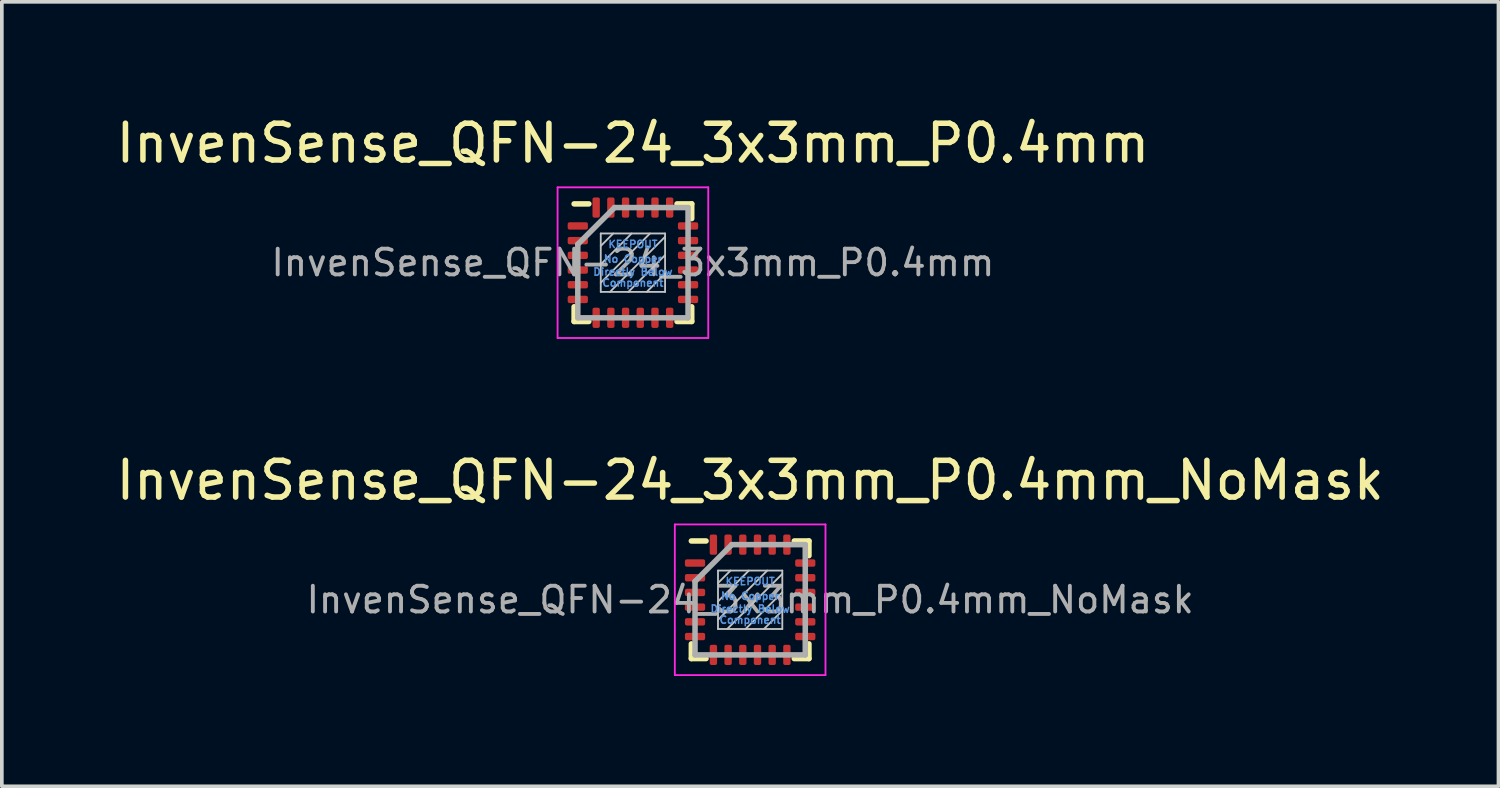
<source format=kicad_pcb>
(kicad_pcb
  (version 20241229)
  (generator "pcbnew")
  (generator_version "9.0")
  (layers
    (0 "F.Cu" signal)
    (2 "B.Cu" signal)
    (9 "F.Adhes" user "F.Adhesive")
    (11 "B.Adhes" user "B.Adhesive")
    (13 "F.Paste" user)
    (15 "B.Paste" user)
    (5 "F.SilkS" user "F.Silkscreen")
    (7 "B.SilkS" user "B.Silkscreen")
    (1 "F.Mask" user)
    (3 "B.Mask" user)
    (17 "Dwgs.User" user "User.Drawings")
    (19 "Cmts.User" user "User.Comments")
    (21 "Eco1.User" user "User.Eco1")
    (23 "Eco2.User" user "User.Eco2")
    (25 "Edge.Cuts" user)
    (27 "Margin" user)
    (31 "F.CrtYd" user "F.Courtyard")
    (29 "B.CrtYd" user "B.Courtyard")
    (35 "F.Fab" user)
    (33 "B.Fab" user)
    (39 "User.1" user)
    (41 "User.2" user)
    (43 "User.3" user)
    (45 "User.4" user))
  (footprint "InvenSense_QFN-24_3x3mm_P0.4mm_NoMask"
    (layer "F.Cu")
    (at 17.363 13.271)
    (property "Reference" "InvenSense_QFN-24_3x3mm_P0.4mm_NoMask" (at 0 -3.25 0) (layer "F.SilkS") (effects (font (size 1 1) (thickness 0.15))))
    (attr smd)
    (fp_line (start -1.6 -1.6) (end -1.2 -1.6) (stroke (width 0.15) (type solid)) (layer "F.SilkS"))
    (fp_line (start -1.6 1.6) (end -1.6 1.2) (stroke (width 0.15) (type solid)) (layer "F.SilkS"))
    (fp_line (start -1.6 1.6) (end -1.2 1.6) (stroke (width 0.15) (type solid)) (layer "F.SilkS"))
    (fp_line (start 1.6 -1.6) (end 1.2 -1.6) (stroke (width 0.15) (type solid)) (layer "F.SilkS"))
    (fp_line (start 1.6 -1.6) (end 1.6 -1.2) (stroke (width 0.15) (type solid)) (layer "F.SilkS"))
    (fp_line (start 1.6 1.6) (end 1.2 1.6) (stroke (width 0.15) (type solid)) (layer "F.SilkS"))
    (fp_line (start 1.6 1.6) (end 1.6 1.2) (stroke (width 0.15) (type solid)) (layer "F.SilkS"))
    (fp_line (start -0.875 -0.795) (end -0.875 0.795) (stroke (width 0.05) (type solid)) (layer "Dwgs.User"))
    (fp_line (start -0.875 -0.795) (end 0.875 -0.795) (stroke (width 0.05) (type solid)) (layer "Dwgs.User"))
    (fp_line (start -0.875 0.795) (end 0.875 0.795) (stroke (width 0.05) (type solid)) (layer "Dwgs.User"))
    (fp_line (start -0.535 -0.795) (end -0.875 -0.455) (stroke (width 0.05) (type solid)) (layer "Dwgs.User"))
    (fp_line (start -0.035 -0.795) (end -0.875 0.045) (stroke (width 0.05) (type solid)) (layer "Dwgs.User"))
    (fp_line (start 0.465 -0.795) (end -0.875 0.545) (stroke (width 0.05) (type solid)) (layer "Dwgs.User"))
    (fp_line (start 0.875 -0.795) (end 0.875 0.795) (stroke (width 0.05) (type solid)) (layer "Dwgs.User"))
    (fp_line (start 0.875 -0.705) (end -0.625 0.795) (stroke (width 0.05) (type solid)) (layer "Dwgs.User"))
    (fp_line (start 0.875 -0.205) (end -0.125 0.795) (stroke (width 0.05) (type solid)) (layer "Dwgs.User"))
    (fp_line (start 0.875 0.295) (end 0.375 0.795) (stroke (width 0.05) (type solid)) (layer "Dwgs.User"))
    (fp_line (start -2.05 -2.05) (end 2.05 -2.05) (stroke (width 0.05) (type solid)) (layer "F.CrtYd"))
    (fp_line (start -2.05 2.05) (end -2.05 -2.05) (stroke (width 0.05) (type solid)) (layer "F.CrtYd"))
    (fp_line (start 2.05 -2.05) (end 2.05 2.05) (stroke (width 0.05) (type solid)) (layer "F.CrtYd"))
    (fp_line (start 2.05 2.05) (end -2.05 2.05) (stroke (width 0.05) (type solid)) (layer "F.CrtYd"))
    (fp_line (start -1.5 -0.5) (end -0.5 -1.5) (stroke (width 0.15) (type solid)) (layer "F.Fab"))
    (fp_line (start -1.5 1.5) (end -1.5 -0.5) (stroke (width 0.15) (type solid)) (layer "F.Fab"))
    (fp_line (start -0.5 -1.5) (end 1.5 -1.5) (stroke (width 0.15) (type solid)) (layer "F.Fab"))
    (fp_line (start 1.5 -1.5) (end 1.5 1.5) (stroke (width 0.15) (type solid)) (layer "F.Fab"))
    (fp_line (start 1.5 1.5) (end -1.5 1.5) (stroke (width 0.15) (type solid)) (layer "F.Fab"))
    (fp_text user "Component" (at 0 0.55 0) (layer "Cmts.User") (effects (font (size 0.2 0.2) (thickness 0.04))))
    (fp_text user "Directly Below" (at 0 0.25 0) (layer "Cmts.User") (effects (font (size 0.2 0.2) (thickness 0.04))))
    (fp_text user "No Copper" (at 0 -0.1 0) (layer "Cmts.User") (effects (font (size 0.2 0.2) (thickness 0.04))))
    (fp_text user "KEEPOUT" (at 0 -0.5 0) (layer "Cmts.User") (effects (font (size 0.2 0.2) (thickness 0.04))))
    (fp_text user "${REFERENCE}" (at 0 0 0) (layer "F.Fab") (effects (font (size 0.7 0.7) (thickness 0.105))))
    (pad "" smd roundrect (at 0 0) (size 1.75 1.59) (layers "F.Mask") (roundrect_rratio 0.15))
    (pad "1" smd roundrect (at -1.5 -1) (size 0.55 0.2) (layers "F.Cu" "F.Mask" "F.Paste") (roundrect_rratio 0.25))
    (pad "2" smd roundrect (at -1.5 -0.6) (size 0.55 0.2) (layers "F.Cu" "F.Mask" "F.Paste") (roundrect_rratio 0.25))
    (pad "3" smd roundrect (at -1.5 -0.2) (size 0.55 0.2) (layers "F.Cu" "F.Mask" "F.Paste") (roundrect_rratio 0.25))
    (pad "4" smd roundrect (at -1.5 0.2) (size 0.55 0.2) (layers "F.Cu" "F.Mask" "F.Paste") (roundrect_rratio 0.25))
    (pad "5" smd roundrect (at -1.5 0.6) (size 0.55 0.2) (layers "F.Cu" "F.Mask" "F.Paste") (roundrect_rratio 0.25))
    (pad "6" smd roundrect (at -1.5 1) (size 0.55 0.2) (layers "F.Cu" "F.Mask" "F.Paste") (roundrect_rratio 0.25))
    (pad "7" smd roundrect (at -1 1.5 90) (size 0.55 0.2) (layers "F.Cu" "F.Mask" "F.Paste") (roundrect_rratio 0.25))
    (pad "8" smd roundrect (at -0.6 1.5 90) (size 0.55 0.2) (layers "F.Cu" "F.Mask" "F.Paste") (roundrect_rratio 0.25))
    (pad "9" smd roundrect (at -0.2 1.5 90) (size 0.55 0.2) (layers "F.Cu" "F.Mask" "F.Paste") (roundrect_rratio 0.25))
    (pad "10" smd roundrect (at 0.2 1.5 90) (size 0.55 0.2) (layers "F.Cu" "F.Mask" "F.Paste") (roundrect_rratio 0.25))
    (pad "11" smd roundrect (at 0.6 1.5 90) (size 0.55 0.2) (layers "F.Cu" "F.Mask" "F.Paste") (roundrect_rratio 0.25))
    (pad "12" smd roundrect (at 1 1.5 90) (size 0.55 0.2) (layers "F.Cu" "F.Mask" "F.Paste") (roundrect_rratio 0.25))
    (pad "13" smd roundrect (at 1.5 1) (size 0.55 0.2) (layers "F.Cu" "F.Mask" "F.Paste") (roundrect_rratio 0.25))
    (pad "14" smd roundrect (at 1.5 0.6) (size 0.55 0.2) (layers "F.Cu" "F.Mask" "F.Paste") (roundrect_rratio 0.25))
    (pad "15" smd roundrect (at 1.5 0.2) (size 0.55 0.2) (layers "F.Cu" "F.Mask" "F.Paste") (roundrect_rratio 0.25))
    (pad "16" smd roundrect (at 1.5 -0.2) (size 0.55 0.2) (layers "F.Cu" "F.Mask" "F.Paste") (roundrect_rratio 0.25))
    (pad "17" smd roundrect (at 1.5 -0.6) (size 0.55 0.2) (layers "F.Cu" "F.Mask" "F.Paste") (roundrect_rratio 0.25))
    (pad "18" smd roundrect (at 1.5 -1) (size 0.55 0.2) (layers "F.Cu" "F.Mask" "F.Paste") (roundrect_rratio 0.25))
    (pad "19" smd roundrect (at 1 -1.5 90) (size 0.55 0.2) (layers "F.Cu" "F.Mask" "F.Paste") (roundrect_rratio 0.25))
    (pad "20" smd roundrect (at 0.6 -1.5 90) (size 0.55 0.2) (layers "F.Cu" "F.Mask" "F.Paste") (roundrect_rratio 0.25))
    (pad "21" smd roundrect (at 0.2 -1.5 90) (size 0.55 0.2) (layers "F.Cu" "F.Mask" "F.Paste") (roundrect_rratio 0.25))
    (pad "22" smd roundrect (at -0.2 -1.5 90) (size 0.55 0.2) (layers "F.Cu" "F.Mask" "F.Paste") (roundrect_rratio 0.25))
    (pad "23" smd roundrect (at -0.6 -1.5 90) (size 0.55 0.2) (layers "F.Cu" "F.Mask" "F.Paste") (roundrect_rratio 0.25))
    (pad "24" smd roundrect (at -1 -1.5 90) (size 0.55 0.2) (layers "F.Cu" "F.Mask" "F.Paste") (roundrect_rratio 0.25)))
  (footprint "InvenSense_QFN-24_3x3mm_P0.4mm"
    (layer "F.Cu")
    (at 14.173 4.098)
    (property "Reference" "InvenSense_QFN-24_3x3mm_P0.4mm" (at 0 -3.25 0) (layer "F.SilkS") (effects (font (size 1 1) (thickness 0.15))))
    (attr smd)
    (fp_line (start -1.6 -1.6) (end -1.2 -1.6) (stroke (width 0.15) (type solid)) (layer "F.SilkS"))
    (fp_line (start -1.6 1.6) (end -1.6 1.2) (stroke (width 0.15) (type solid)) (layer "F.SilkS"))
    (fp_line (start -1.6 1.6) (end -1.2 1.6) (stroke (width 0.15) (type solid)) (layer "F.SilkS"))
    (fp_line (start 1.6 -1.6) (end 1.2 -1.6) (stroke (width 0.15) (type solid)) (layer "F.SilkS"))
    (fp_line (start 1.6 -1.6) (end 1.6 -1.2) (stroke (width 0.15) (type solid)) (layer "F.SilkS"))
    (fp_line (start 1.6 1.6) (end 1.2 1.6) (stroke (width 0.15) (type solid)) (layer "F.SilkS"))
    (fp_line (start 1.6 1.6) (end 1.6 1.2) (stroke (width 0.15) (type solid)) (layer "F.SilkS"))
    (fp_line (start -0.875 -0.795) (end -0.875 0.795) (stroke (width 0.05) (type solid)) (layer "Dwgs.User"))
    (fp_line (start -0.875 -0.795) (end 0.875 -0.795) (stroke (width 0.05) (type solid)) (layer "Dwgs.User"))
    (fp_line (start -0.875 0.795) (end 0.875 0.795) (stroke (width 0.05) (type solid)) (layer "Dwgs.User"))
    (fp_line (start -0.535 -0.795) (end -0.875 -0.455) (stroke (width 0.05) (type solid)) (layer "Dwgs.User"))
    (fp_line (start -0.035 -0.795) (end -0.875 0.045) (stroke (width 0.05) (type solid)) (layer "Dwgs.User"))
    (fp_line (start 0.465 -0.795) (end -0.875 0.545) (stroke (width 0.05) (type solid)) (layer "Dwgs.User"))
    (fp_line (start 0.875 -0.795) (end 0.875 0.795) (stroke (width 0.05) (type solid)) (layer "Dwgs.User"))
    (fp_line (start 0.875 -0.705) (end -0.625 0.795) (stroke (width 0.05) (type solid)) (layer "Dwgs.User"))
    (fp_line (start 0.875 -0.205) (end -0.125 0.795) (stroke (width 0.05) (type solid)) (layer "Dwgs.User"))
    (fp_line (start 0.875 0.295) (end 0.375 0.795) (stroke (width 0.05) (type solid)) (layer "Dwgs.User"))
    (fp_line (start -2.05 -2.05) (end 2.05 -2.05) (stroke (width 0.05) (type solid)) (layer "F.CrtYd"))
    (fp_line (start -2.05 2.05) (end -2.05 -2.05) (stroke (width 0.05) (type solid)) (layer "F.CrtYd"))
    (fp_line (start 2.05 -2.05) (end 2.05 2.05) (stroke (width 0.05) (type solid)) (layer "F.CrtYd"))
    (fp_line (start 2.05 2.05) (end -2.05 2.05) (stroke (width 0.05) (type solid)) (layer "F.CrtYd"))
    (fp_line (start -1.5 -0.5) (end -0.5 -1.5) (stroke (width 0.15) (type solid)) (layer "F.Fab"))
    (fp_line (start -1.5 1.5) (end -1.5 -0.5) (stroke (width 0.15) (type solid)) (layer "F.Fab"))
    (fp_line (start -0.5 -1.5) (end 1.5 -1.5) (stroke (width 0.15) (type solid)) (layer "F.Fab"))
    (fp_line (start 1.5 -1.5) (end 1.5 1.5) (stroke (width 0.15) (type solid)) (layer "F.Fab"))
    (fp_line (start 1.5 1.5) (end -1.5 1.5) (stroke (width 0.15) (type solid)) (layer "F.Fab"))
    (fp_text user "Component" (at 0 0.55 0) (layer "Cmts.User") (effects (font (size 0.2 0.2) (thickness 0.04))))
    (fp_text user "KEEPOUT" (at 0 -0.5 0) (layer "Cmts.User") (effects (font (size 0.2 0.2) (thickness 0.04))))
    (fp_text user "Directly Below" (at 0 0.25 0) (layer "Cmts.User") (effects (font (size 0.2 0.2) (thickness 0.04))))
    (fp_text user "No Copper" (at 0 -0.1 0) (layer "Cmts.User") (effects (font (size 0.2 0.2) (thickness 0.04))))
    (fp_text user "${REFERENCE}" (at 0 0 0) (layer "F.Fab") (effects (font (size 0.7 0.7) (thickness 0.105))))
    (pad "1" smd roundrect (at -1.5 -1) (size 0.55 0.2) (layers "F.Cu" "F.Mask" "F.Paste") (roundrect_rratio 0.25))
    (pad "2" smd roundrect (at -1.5 -0.6) (size 0.55 0.2) (layers "F.Cu" "F.Mask" "F.Paste") (roundrect_rratio 0.25))
    (pad "3" smd roundrect (at -1.5 -0.2) (size 0.55 0.2) (layers "F.Cu" "F.Mask" "F.Paste") (roundrect_rratio 0.25))
    (pad "4" smd roundrect (at -1.5 0.2) (size 0.55 0.2) (layers "F.Cu" "F.Mask" "F.Paste") (roundrect_rratio 0.25))
    (pad "5" smd roundrect (at -1.5 0.6) (size 0.55 0.2) (layers "F.Cu" "F.Mask" "F.Paste") (roundrect_rratio 0.25))
    (pad "6" smd roundrect (at -1.5 1) (size 0.55 0.2) (layers "F.Cu" "F.Mask" "F.Paste") (roundrect_rratio 0.25))
    (pad "7" smd roundrect (at -1 1.5 90) (size 0.55 0.2) (layers "F.Cu" "F.Mask" "F.Paste") (roundrect_rratio 0.25))
    (pad "8" smd roundrect (at -0.6 1.5 90) (size 0.55 0.2) (layers "F.Cu" "F.Mask" "F.Paste") (roundrect_rratio 0.25))
    (pad "9" smd roundrect (at -0.2 1.5 90) (size 0.55 0.2) (layers "F.Cu" "F.Mask" "F.Paste") (roundrect_rratio 0.25))
    (pad "10" smd roundrect (at 0.2 1.5 90) (size 0.55 0.2) (layers "F.Cu" "F.Mask" "F.Paste") (roundrect_rratio 0.25))
    (pad "11" smd roundrect (at 0.6 1.5 90) (size 0.55 0.2) (layers "F.Cu" "F.Mask" "F.Paste") (roundrect_rratio 0.25))
    (pad "12" smd roundrect (at 1 1.5 90) (size 0.55 0.2) (layers "F.Cu" "F.Mask" "F.Paste") (roundrect_rratio 0.25))
    (pad "13" smd roundrect (at 1.5 1) (size 0.55 0.2) (layers "F.Cu" "F.Mask" "F.Paste") (roundrect_rratio 0.25))
    (pad "14" smd roundrect (at 1.5 0.6) (size 0.55 0.2) (layers "F.Cu" "F.Mask" "F.Paste") (roundrect_rratio 0.25))
    (pad "15" smd roundrect (at 1.5 0.2) (size 0.55 0.2) (layers "F.Cu" "F.Mask" "F.Paste") (roundrect_rratio 0.25))
    (pad "16" smd roundrect (at 1.5 -0.2) (size 0.55 0.2) (layers "F.Cu" "F.Mask" "F.Paste") (roundrect_rratio 0.25))
    (pad "17" smd roundrect (at 1.5 -0.6) (size 0.55 0.2) (layers "F.Cu" "F.Mask" "F.Paste") (roundrect_rratio 0.25))
    (pad "18" smd roundrect (at 1.5 -1) (size 0.55 0.2) (layers "F.Cu" "F.Mask" "F.Paste") (roundrect_rratio 0.25))
    (pad "19" smd roundrect (at 1 -1.5 90) (size 0.55 0.2) (layers "F.Cu" "F.Mask" "F.Paste") (roundrect_rratio 0.25))
    (pad "20" smd roundrect (at 0.6 -1.5 90) (size 0.55 0.2) (layers "F.Cu" "F.Mask" "F.Paste") (roundrect_rratio 0.25))
    (pad "21" smd roundrect (at 0.2 -1.5 90) (size 0.55 0.2) (layers "F.Cu" "F.Mask" "F.Paste") (roundrect_rratio 0.25))
    (pad "22" smd roundrect (at -0.2 -1.5 90) (size 0.55 0.2) (layers "F.Cu" "F.Mask" "F.Paste") (roundrect_rratio 0.25))
    (pad "23" smd roundrect (at -0.6 -1.5 90) (size 0.55 0.2) (layers "F.Cu" "F.Mask" "F.Paste") (roundrect_rratio 0.25))
    (pad "24" smd roundrect (at -1 -1.5 90) (size 0.55 0.2) (layers "F.Cu" "F.Mask" "F.Paste") (roundrect_rratio 0.25)))
  (gr_rect
    (start -3 -3)
    (end 37.726 18.346)
    (stroke (width 0.1) (type default))
    (fill no)
    (layer "Edge.Cuts")))
</source>
